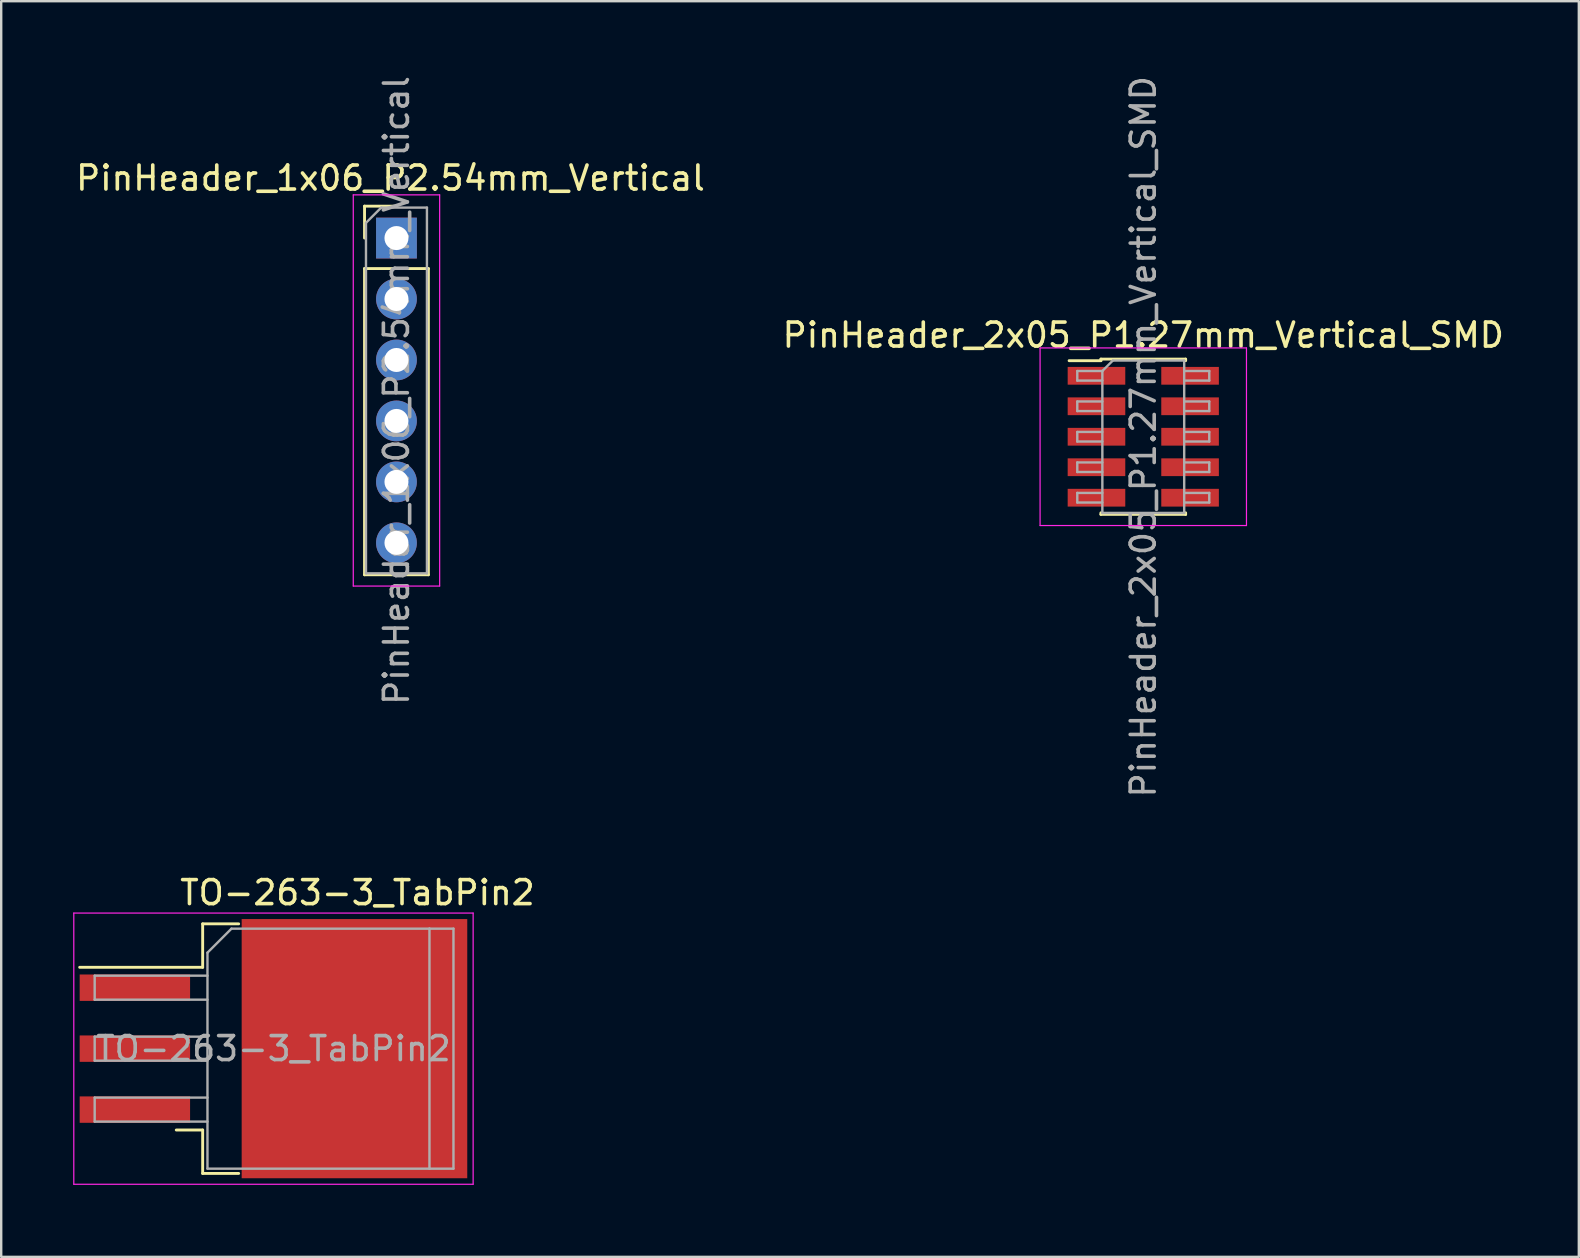
<source format=kicad_pcb>
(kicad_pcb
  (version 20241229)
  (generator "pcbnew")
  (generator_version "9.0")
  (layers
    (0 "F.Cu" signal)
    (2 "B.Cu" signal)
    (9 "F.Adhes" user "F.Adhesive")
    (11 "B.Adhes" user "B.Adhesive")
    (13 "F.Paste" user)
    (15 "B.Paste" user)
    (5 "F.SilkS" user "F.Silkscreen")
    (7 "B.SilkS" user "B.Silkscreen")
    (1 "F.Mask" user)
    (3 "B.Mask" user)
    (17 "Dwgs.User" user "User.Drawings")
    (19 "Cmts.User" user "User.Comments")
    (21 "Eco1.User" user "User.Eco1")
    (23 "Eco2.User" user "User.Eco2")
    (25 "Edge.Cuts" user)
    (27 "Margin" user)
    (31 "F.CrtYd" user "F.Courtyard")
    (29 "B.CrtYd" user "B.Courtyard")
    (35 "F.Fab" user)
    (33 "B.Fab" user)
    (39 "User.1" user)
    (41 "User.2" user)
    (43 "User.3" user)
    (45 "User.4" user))
  (footprint "PinHeader_1x06_P2.54mm_Vertical"
    (layer "F.Cu")
    (at 13.47 6.87)
    (property "Reference" "PinHeader_1x06_P2.54mm_Vertical" (at -0.25 -2.5 180) (layer "F.SilkS") (effects (font (size 1 1) (thickness 0.15))))
    (attr through_hole)
    (fp_line (start -1.33 -1.33) (end 0 -1.33) (stroke (width 0.12) (type solid)) (layer "F.SilkS"))
    (fp_line (start -1.33 0) (end -1.33 -1.33) (stroke (width 0.12) (type solid)) (layer "F.SilkS"))
    (fp_line (start -1.33 1.27) (end -1.33 14.03) (stroke (width 0.12) (type solid)) (layer "F.SilkS"))
    (fp_line (start -1.33 1.27) (end 1.33 1.27) (stroke (width 0.12) (type solid)) (layer "F.SilkS"))
    (fp_line (start -1.33 14.03) (end 1.33 14.03) (stroke (width 0.12) (type solid)) (layer "F.SilkS"))
    (fp_line (start 1.33 1.27) (end 1.33 14.03) (stroke (width 0.12) (type solid)) (layer "F.SilkS"))
    (fp_line (start -1.8 -1.8) (end -1.8 14.5) (stroke (width 0.05) (type solid)) (layer "F.CrtYd"))
    (fp_line (start -1.8 14.5) (end 1.8 14.5) (stroke (width 0.05) (type solid)) (layer "F.CrtYd"))
    (fp_line (start 1.8 -1.8) (end -1.8 -1.8) (stroke (width 0.05) (type solid)) (layer "F.CrtYd"))
    (fp_line (start 1.8 14.5) (end 1.8 -1.8) (stroke (width 0.05) (type solid)) (layer "F.CrtYd"))
    (fp_line (start -1.27 -0.635) (end -0.635 -1.27) (stroke (width 0.1) (type solid)) (layer "F.Fab"))
    (fp_line (start -1.27 13.97) (end -1.27 -0.635) (stroke (width 0.1) (type solid)) (layer "F.Fab"))
    (fp_line (start -0.635 -1.27) (end 1.27 -1.27) (stroke (width 0.1) (type solid)) (layer "F.Fab"))
    (fp_line (start 1.27 -1.27) (end 1.27 13.97) (stroke (width 0.1) (type solid)) (layer "F.Fab"))
    (fp_line (start 1.27 13.97) (end -1.27 13.97) (stroke (width 0.1) (type solid)) (layer "F.Fab"))
    (fp_text user "${REFERENCE}" (at 0 6.35 90) (layer "F.Fab") (effects (font (size 1 1) (thickness 0.15))))
    (pad "1" thru_hole rect (at 0 0) (size 1.7 1.7) (drill 1) (layers "*.Cu" "*.Mask"))
    (pad "2" thru_hole oval (at 0 2.54) (size 1.7 1.7) (drill 1) (layers "*.Cu" "*.Mask"))
    (pad "3" thru_hole oval (at 0 5.08) (size 1.7 1.7) (drill 1) (layers "*.Cu" "*.Mask"))
    (pad "4" thru_hole oval (at 0 7.62) (size 1.7 1.7) (drill 1) (layers "*.Cu" "*.Mask"))
    (pad "5" thru_hole oval (at 0 10.16) (size 1.7 1.7) (drill 1) (layers "*.Cu" "*.Mask"))
    (pad "6" thru_hole oval (at 0 12.7) (size 1.7 1.7) (drill 1) (layers "*.Cu" "*.Mask")))
  (footprint "TO-263-3_TabPin2"
    (layer "F.Cu")
    (at 8.345 40.646)
    (property "Reference" "TO-263-3_TabPin2" (at 3.5 -6.5 180) (layer "F.SilkS") (effects (font (size 1 1) (thickness 0.15))))
    (attr smd)
    (fp_line (start -2.95 -5.2) (end -2.95 -3.39) (stroke (width 0.12) (type solid)) (layer "F.SilkS"))
    (fp_line (start -2.95 -3.39) (end -8.075 -3.39) (stroke (width 0.12) (type solid)) (layer "F.SilkS"))
    (fp_line (start -2.95 3.39) (end -4.05 3.39) (stroke (width 0.12) (type solid)) (layer "F.SilkS"))
    (fp_line (start -2.95 5.2) (end -2.95 3.39) (stroke (width 0.12) (type solid)) (layer "F.SilkS"))
    (fp_line (start -1.45 -5.2) (end -2.95 -5.2) (stroke (width 0.12) (type solid)) (layer "F.SilkS"))
    (fp_line (start -1.45 5.2) (end -2.95 5.2) (stroke (width 0.12) (type solid)) (layer "F.SilkS"))
    (fp_line (start -8.32 -5.65) (end -8.32 5.65) (stroke (width 0.05) (type solid)) (layer "F.CrtYd"))
    (fp_line (start -8.32 5.65) (end 8.32 5.65) (stroke (width 0.05) (type solid)) (layer "F.CrtYd"))
    (fp_line (start 8.32 -5.65) (end -8.32 -5.65) (stroke (width 0.05) (type solid)) (layer "F.CrtYd"))
    (fp_line (start 8.32 5.65) (end 8.32 -5.65) (stroke (width 0.05) (type solid)) (layer "F.CrtYd"))
    (fp_line (start -7.45 -3.04) (end -7.45 -2.04) (stroke (width 0.1) (type solid)) (layer "F.Fab"))
    (fp_line (start -7.45 -2.04) (end -2.75 -2.04) (stroke (width 0.1) (type solid)) (layer "F.Fab"))
    (fp_line (start -7.45 -0.5) (end -7.45 0.5) (stroke (width 0.1) (type solid)) (layer "F.Fab"))
    (fp_line (start -7.45 0.5) (end -2.75 0.5) (stroke (width 0.1) (type solid)) (layer "F.Fab"))
    (fp_line (start -7.45 2.04) (end -7.45 3.04) (stroke (width 0.1) (type solid)) (layer "F.Fab"))
    (fp_line (start -7.45 3.04) (end -2.75 3.04) (stroke (width 0.1) (type solid)) (layer "F.Fab"))
    (fp_line (start -2.75 -4) (end -1.75 -5) (stroke (width 0.1) (type solid)) (layer "F.Fab"))
    (fp_line (start -2.75 -3.04) (end -7.45 -3.04) (stroke (width 0.1) (type solid)) (layer "F.Fab"))
    (fp_line (start -2.75 -0.5) (end -7.45 -0.5) (stroke (width 0.1) (type solid)) (layer "F.Fab"))
    (fp_line (start -2.75 2.04) (end -7.45 2.04) (stroke (width 0.1) (type solid)) (layer "F.Fab"))
    (fp_line (start -2.75 5) (end -2.75 -4) (stroke (width 0.1) (type solid)) (layer "F.Fab"))
    (fp_line (start -1.75 -5) (end 6.5 -5) (stroke (width 0.1) (type solid)) (layer "F.Fab"))
    (fp_line (start 6.5 -5) (end 6.5 5) (stroke (width 0.1) (type solid)) (layer "F.Fab"))
    (fp_line (start 6.5 -5) (end 7.5 -5) (stroke (width 0.1) (type solid)) (layer "F.Fab"))
    (fp_line (start 6.5 5) (end -2.75 5) (stroke (width 0.1) (type solid)) (layer "F.Fab"))
    (fp_line (start 7.5 -5) (end 7.5 5) (stroke (width 0.1) (type solid)) (layer "F.Fab"))
    (fp_line (start 7.5 5) (end 6.5 5) (stroke (width 0.1) (type solid)) (layer "F.Fab"))
    (fp_text user "${REFERENCE}" (at 0 0 0) (layer "F.Fab") (effects (font (size 1 1) (thickness 0.15))))
    (pad "" smd rect (at 0.95 -2.775) (size 4.55 5.25) (layers "F.Paste"))
    (pad "" smd rect (at 0.95 2.775) (size 4.55 5.25) (layers "F.Paste"))
    (pad "" smd rect (at 5.8 -2.775) (size 4.55 5.25) (layers "F.Paste"))
    (pad "" smd rect (at 5.8 2.775) (size 4.55 5.25) (layers "F.Paste"))
    (pad "1" smd rect (at -5.775 -2.54) (size 4.6 1.1) (layers "F.Cu" "F.Mask" "F.Paste"))
    (pad "2" smd rect (at -5.775 0) (size 4.6 1.1) (layers "F.Cu" "F.Mask" "F.Paste"))
    (pad "2" smd rect (at 3.375 0) (size 9.4 10.8) (layers "F.Cu" "F.Mask"))
    (pad "3" smd rect (at -5.775 2.54) (size 4.6 1.1) (layers "F.Cu" "F.Mask" "F.Paste")))
  (footprint "PinHeader_2x05_P1.27mm_Vertical_SMD"
    (layer "F.Cu")
    (at 44.589 15.149)
    (property "Reference" "PinHeader_2x05_P1.27mm_Vertical_SMD" (at 0 -4.235 0) (layer "F.SilkS") (effects (font (size 1 1) (thickness 0.15))))
    (attr smd)
    (fp_line (start -3.09 -3.17) (end -1.765 -3.17) (stroke (width 0.12) (type solid)) (layer "F.SilkS"))
    (fp_line (start -1.765 -3.235) (end -1.765 -3.17) (stroke (width 0.12) (type solid)) (layer "F.SilkS"))
    (fp_line (start -1.765 -3.235) (end 1.765 -3.235) (stroke (width 0.12) (type solid)) (layer "F.SilkS"))
    (fp_line (start -1.765 3.17) (end -1.765 3.235) (stroke (width 0.12) (type solid)) (layer "F.SilkS"))
    (fp_line (start -1.765 3.235) (end 1.765 3.235) (stroke (width 0.12) (type solid)) (layer "F.SilkS"))
    (fp_line (start 1.765 -3.235) (end 1.765 -3.17) (stroke (width 0.12) (type solid)) (layer "F.SilkS"))
    (fp_line (start 1.765 3.17) (end 1.765 3.235) (stroke (width 0.12) (type solid)) (layer "F.SilkS"))
    (fp_line (start -4.3 -3.7) (end -4.3 3.7) (stroke (width 0.05) (type solid)) (layer "F.CrtYd"))
    (fp_line (start -4.3 3.7) (end 4.3 3.7) (stroke (width 0.05) (type solid)) (layer "F.CrtYd"))
    (fp_line (start 4.3 -3.7) (end -4.3 -3.7) (stroke (width 0.05) (type solid)) (layer "F.CrtYd"))
    (fp_line (start 4.3 3.7) (end 4.3 -3.7) (stroke (width 0.05) (type solid)) (layer "F.CrtYd"))
    (fp_line (start -2.75 -2.74) (end -2.75 -2.34) (stroke (width 0.1) (type solid)) (layer "F.Fab"))
    (fp_line (start -2.75 -2.34) (end -1.705 -2.34) (stroke (width 0.1) (type solid)) (layer "F.Fab"))
    (fp_line (start -2.75 -1.47) (end -2.75 -1.07) (stroke (width 0.1) (type solid)) (layer "F.Fab"))
    (fp_line (start -2.75 -1.07) (end -1.705 -1.07) (stroke (width 0.1) (type solid)) (layer "F.Fab"))
    (fp_line (start -2.75 -0.2) (end -2.75 0.2) (stroke (width 0.1) (type solid)) (layer "F.Fab"))
    (fp_line (start -2.75 0.2) (end -1.705 0.2) (stroke (width 0.1) (type solid)) (layer "F.Fab"))
    (fp_line (start -2.75 1.07) (end -2.75 1.47) (stroke (width 0.1) (type solid)) (layer "F.Fab"))
    (fp_line (start -2.75 1.47) (end -1.705 1.47) (stroke (width 0.1) (type solid)) (layer "F.Fab"))
    (fp_line (start -2.75 2.34) (end -2.75 2.74) (stroke (width 0.1) (type solid)) (layer "F.Fab"))
    (fp_line (start -2.75 2.74) (end -1.705 2.74) (stroke (width 0.1) (type solid)) (layer "F.Fab"))
    (fp_line (start -1.705 -2.74) (end -2.75 -2.74) (stroke (width 0.1) (type solid)) (layer "F.Fab"))
    (fp_line (start -1.705 -2.74) (end -1.27 -3.175) (stroke (width 0.1) (type solid)) (layer "F.Fab"))
    (fp_line (start -1.705 -1.47) (end -2.75 -1.47) (stroke (width 0.1) (type solid)) (layer "F.Fab"))
    (fp_line (start -1.705 -0.2) (end -2.75 -0.2) (stroke (width 0.1) (type solid)) (layer "F.Fab"))
    (fp_line (start -1.705 1.07) (end -2.75 1.07) (stroke (width 0.1) (type solid)) (layer "F.Fab"))
    (fp_line (start -1.705 2.34) (end -2.75 2.34) (stroke (width 0.1) (type solid)) (layer "F.Fab"))
    (fp_line (start -1.705 3.175) (end -1.705 -2.74) (stroke (width 0.1) (type solid)) (layer "F.Fab"))
    (fp_line (start -1.27 -3.175) (end 1.705 -3.175) (stroke (width 0.1) (type solid)) (layer "F.Fab"))
    (fp_line (start 1.705 -3.175) (end 1.705 3.175) (stroke (width 0.1) (type solid)) (layer "F.Fab"))
    (fp_line (start 1.705 -2.74) (end 2.75 -2.74) (stroke (width 0.1) (type solid)) (layer "F.Fab"))
    (fp_line (start 1.705 -1.47) (end 2.75 -1.47) (stroke (width 0.1) (type solid)) (layer "F.Fab"))
    (fp_line (start 1.705 -0.2) (end 2.75 -0.2) (stroke (width 0.1) (type solid)) (layer "F.Fab"))
    (fp_line (start 1.705 1.07) (end 2.75 1.07) (stroke (width 0.1) (type solid)) (layer "F.Fab"))
    (fp_line (start 1.705 2.34) (end 2.75 2.34) (stroke (width 0.1) (type solid)) (layer "F.Fab"))
    (fp_line (start 1.705 3.175) (end -1.705 3.175) (stroke (width 0.1) (type solid)) (layer "F.Fab"))
    (fp_line (start 2.75 -2.74) (end 2.75 -2.34) (stroke (width 0.1) (type solid)) (layer "F.Fab"))
    (fp_line (start 2.75 -2.34) (end 1.705 -2.34) (stroke (width 0.1) (type solid)) (layer "F.Fab"))
    (fp_line (start 2.75 -1.47) (end 2.75 -1.07) (stroke (width 0.1) (type solid)) (layer "F.Fab"))
    (fp_line (start 2.75 -1.07) (end 1.705 -1.07) (stroke (width 0.1) (type solid)) (layer "F.Fab"))
    (fp_line (start 2.75 -0.2) (end 2.75 0.2) (stroke (width 0.1) (type solid)) (layer "F.Fab"))
    (fp_line (start 2.75 0.2) (end 1.705 0.2) (stroke (width 0.1) (type solid)) (layer "F.Fab"))
    (fp_line (start 2.75 1.07) (end 2.75 1.47) (stroke (width 0.1) (type solid)) (layer "F.Fab"))
    (fp_line (start 2.75 1.47) (end 1.705 1.47) (stroke (width 0.1) (type solid)) (layer "F.Fab"))
    (fp_line (start 2.75 2.34) (end 2.75 2.74) (stroke (width 0.1) (type solid)) (layer "F.Fab"))
    (fp_line (start 2.75 2.74) (end 1.705 2.74) (stroke (width 0.1) (type solid)) (layer "F.Fab"))
    (fp_text user "${REFERENCE}" (at 0 0 90) (layer "F.Fab") (effects (font (size 1 1) (thickness 0.15))))
    (pad "1" smd rect (at -1.95 -2.54) (size 2.4 0.74) (layers "F.Cu" "F.Mask" "F.Paste"))
    (pad "2" smd rect (at 1.95 -2.54) (size 2.4 0.74) (layers "F.Cu" "F.Mask" "F.Paste"))
    (pad "3" smd rect (at -1.95 -1.27) (size 2.4 0.74) (layers "F.Cu" "F.Mask" "F.Paste"))
    (pad "4" smd rect (at 1.95 -1.27) (size 2.4 0.74) (layers "F.Cu" "F.Mask" "F.Paste"))
    (pad "5" smd rect (at -1.95 0) (size 2.4 0.74) (layers "F.Cu" "F.Mask" "F.Paste"))
    (pad "6" smd rect (at 1.95 0) (size 2.4 0.74) (layers "F.Cu" "F.Mask" "F.Paste"))
    (pad "7" smd rect (at -1.95 1.27) (size 2.4 0.74) (layers "F.Cu" "F.Mask" "F.Paste"))
    (pad "8" smd rect (at 1.95 1.27) (size 2.4 0.74) (layers "F.Cu" "F.Mask" "F.Paste"))
    (pad "9" smd rect (at -1.95 2.54) (size 2.4 0.74) (layers "F.Cu" "F.Mask" "F.Paste"))
    (pad "10" smd rect (at 1.95 2.54) (size 2.4 0.74) (layers "F.Cu" "F.Mask" "F.Paste")))
  (gr_rect
    (start -3 -3)
    (end 62.738 49.321)
    (stroke (width 0.1) (type default))
    (fill no)
    (layer "Edge.Cuts")))
</source>
